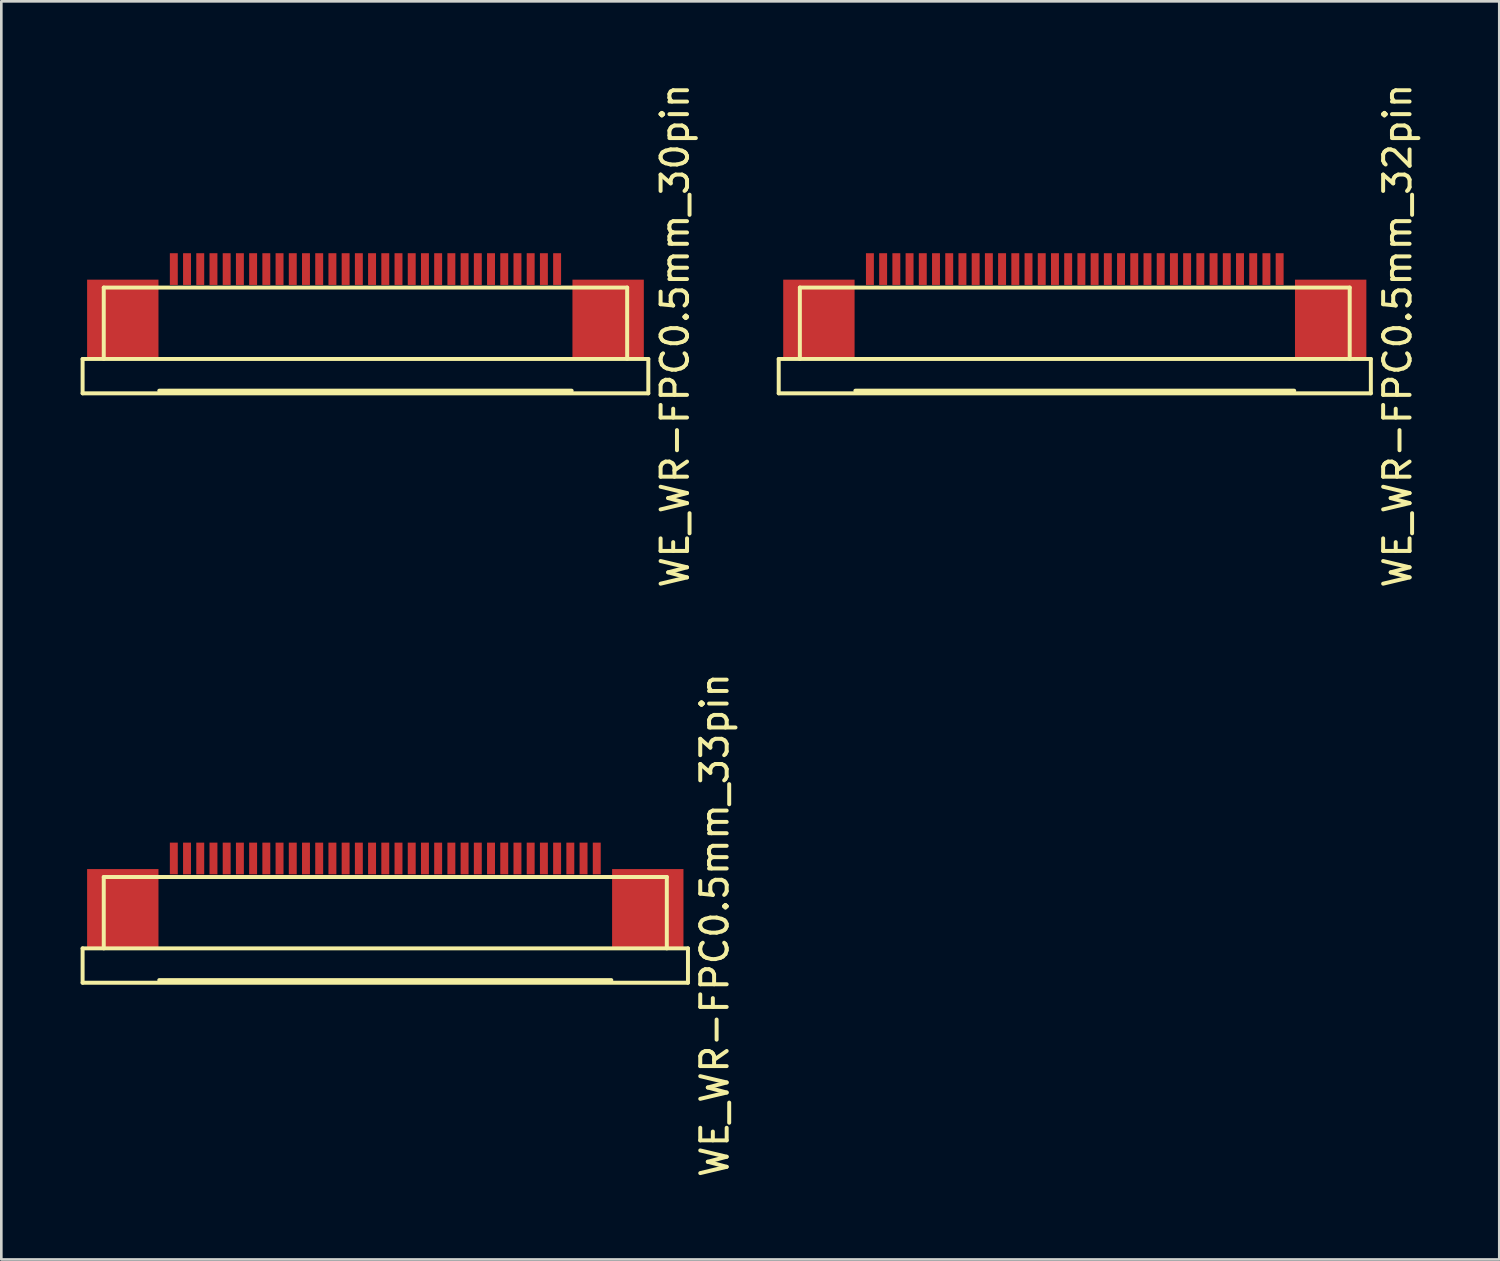
<source format=kicad_pcb>
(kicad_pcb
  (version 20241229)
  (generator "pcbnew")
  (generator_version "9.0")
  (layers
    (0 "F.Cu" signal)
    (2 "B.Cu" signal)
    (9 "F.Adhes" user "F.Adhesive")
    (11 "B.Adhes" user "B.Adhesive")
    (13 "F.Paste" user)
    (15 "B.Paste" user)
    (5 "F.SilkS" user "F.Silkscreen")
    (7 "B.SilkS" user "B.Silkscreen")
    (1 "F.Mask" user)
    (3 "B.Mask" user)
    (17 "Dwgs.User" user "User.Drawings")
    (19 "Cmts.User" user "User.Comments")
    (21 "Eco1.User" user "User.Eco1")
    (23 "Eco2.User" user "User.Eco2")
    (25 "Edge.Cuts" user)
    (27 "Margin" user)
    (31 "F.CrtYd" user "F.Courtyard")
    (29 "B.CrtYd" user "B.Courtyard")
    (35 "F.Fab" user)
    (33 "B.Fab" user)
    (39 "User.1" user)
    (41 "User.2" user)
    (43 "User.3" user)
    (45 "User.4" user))
  (footprint "WE_WR-FPC0.5mm_33pin"
    (layer "F.Cu")
    (at 11.525 29.426)
    (property "Reference" "WE_WR-FPC0.5mm_33pin" (at 12.46 2.52 90) (layer "F.SilkS") (effects (font (size 1 1) (thickness 0.15))))
    (attr through_hole)
    (fp_line (start -11.45 3.4) (end -11.45 4.7) (stroke (width 0.15) (type solid)) (layer "F.SilkS"))
    (fp_line (start -11.45 3.4) (end 11.45 3.4) (stroke (width 0.15) (type solid)) (layer "F.SilkS"))
    (fp_line (start -11.45 4.7) (end 11.45 4.7) (stroke (width 0.15) (type solid)) (layer "F.SilkS"))
    (fp_line (start -10.65 0.7) (end 10.65 0.7) (stroke (width 0.15) (type solid)) (layer "F.SilkS"))
    (fp_line (start -10.65 3.4) (end -10.65 0.7) (stroke (width 0.15) (type solid)) (layer "F.SilkS"))
    (fp_line (start -8.55 4.6) (end 8.55 4.6) (stroke (width 0.15) (type solid)) (layer "F.SilkS"))
    (fp_line (start 10.65 0.7) (end 10.65 3.4) (stroke (width 0.15) (type solid)) (layer "F.SilkS"))
    (fp_line (start 11.45 3.4) (end 11.45 4.7) (stroke (width 0.15) (type solid)) (layer "F.SilkS"))
    (pad "" smd rect (at -9.93 1.9) (size 2.7 3) (layers "F.Cu" "F.Mask" "F.Paste"))
    (pad "" smd rect (at 9.93 1.9) (size 2.7 3) (layers "F.Cu" "F.Mask" "F.Paste"))
    (pad "1" smd rect (at -8 0) (size 0.3 1.2) (layers "F.Cu" "F.Mask" "F.Paste"))
    (pad "2" smd rect (at -7.5 0) (size 0.3 1.2) (layers "F.Cu" "F.Mask" "F.Paste"))
    (pad "3" smd rect (at -7 0) (size 0.3 1.2) (layers "F.Cu" "F.Mask" "F.Paste"))
    (pad "4" smd rect (at -6.5 0) (size 0.3 1.2) (layers "F.Cu" "F.Mask" "F.Paste"))
    (pad "5" smd rect (at -6 0) (size 0.3 1.2) (layers "F.Cu" "F.Mask" "F.Paste"))
    (pad "6" smd rect (at -5.5 0) (size 0.3 1.2) (layers "F.Cu" "F.Mask" "F.Paste"))
    (pad "7" smd rect (at -5 0) (size 0.3 1.2) (layers "F.Cu" "F.Mask" "F.Paste"))
    (pad "8" smd rect (at -4.5 0) (size 0.3 1.2) (layers "F.Cu" "F.Mask" "F.Paste"))
    (pad "9" smd rect (at -4 0) (size 0.3 1.2) (layers "F.Cu" "F.Mask" "F.Paste"))
    (pad "10" smd rect (at -3.5 0) (size 0.3 1.2) (layers "F.Cu" "F.Mask" "F.Paste"))
    (pad "11" smd rect (at -3 0) (size 0.3 1.2) (layers "F.Cu" "F.Mask" "F.Paste"))
    (pad "12" smd rect (at -2.5 0) (size 0.3 1.2) (layers "F.Cu" "F.Mask" "F.Paste"))
    (pad "13" smd rect (at -2 0) (size 0.3 1.2) (layers "F.Cu" "F.Mask" "F.Paste"))
    (pad "14" smd rect (at -1.5 0) (size 0.3 1.2) (layers "F.Cu" "F.Mask" "F.Paste"))
    (pad "15" smd rect (at -1 0) (size 0.3 1.2) (layers "F.Cu" "F.Mask" "F.Paste"))
    (pad "16" smd rect (at -0.5 0) (size 0.3 1.2) (layers "F.Cu" "F.Mask" "F.Paste"))
    (pad "17" smd rect (at 0 0) (size 0.3 1.2) (layers "F.Cu" "F.Mask" "F.Paste"))
    (pad "18" smd rect (at 0.5 0) (size 0.3 1.2) (layers "F.Cu" "F.Mask" "F.Paste"))
    (pad "19" smd rect (at 1 0) (size 0.3 1.2) (layers "F.Cu" "F.Mask" "F.Paste"))
    (pad "20" smd rect (at 1.5 0) (size 0.3 1.2) (layers "F.Cu" "F.Mask" "F.Paste"))
    (pad "21" smd rect (at 2 0) (size 0.3 1.2) (layers "F.Cu" "F.Mask" "F.Paste"))
    (pad "22" smd rect (at 2.5 0) (size 0.3 1.2) (layers "F.Cu" "F.Mask" "F.Paste"))
    (pad "23" smd rect (at 3 0) (size 0.3 1.2) (layers "F.Cu" "F.Mask" "F.Paste"))
    (pad "24" smd rect (at 3.5 0) (size 0.3 1.2) (layers "F.Cu" "F.Mask" "F.Paste"))
    (pad "25" smd rect (at 4 0) (size 0.3 1.2) (layers "F.Cu" "F.Mask" "F.Paste"))
    (pad "26" smd rect (at 4.5 0) (size 0.3 1.2) (layers "F.Cu" "F.Mask" "F.Paste"))
    (pad "27" smd rect (at 5 0) (size 0.3 1.2) (layers "F.Cu" "F.Mask" "F.Paste"))
    (pad "28" smd rect (at 5.5 0) (size 0.3 1.2) (layers "F.Cu" "F.Mask" "F.Paste"))
    (pad "29" smd rect (at 6 0) (size 0.3 1.2) (layers "F.Cu" "F.Mask" "F.Paste"))
    (pad "30" smd rect (at 6.5 0) (size 0.3 1.2) (layers "F.Cu" "F.Mask" "F.Paste"))
    (pad "31" smd rect (at 7 0) (size 0.3 1.2) (layers "F.Cu" "F.Mask" "F.Paste"))
    (pad "32" smd rect (at 7.5 0) (size 0.3 1.2) (layers "F.Cu" "F.Mask" "F.Paste"))
    (pad "33" smd rect (at 8 0) (size 0.3 1.2) (layers "F.Cu" "F.Mask" "F.Paste")))
  (footprint "WE_WR-FPC0.5mm_30pin"
    (layer "F.Cu")
    (at 10.775 7.129)
    (property "Reference" "WE_WR-FPC0.5mm_30pin" (at 11.71 2.52 90) (layer "F.SilkS") (effects (font (size 1 1) (thickness 0.15))))
    (attr through_hole)
    (fp_line (start -10.7 3.4) (end -10.7 4.7) (stroke (width 0.15) (type solid)) (layer "F.SilkS"))
    (fp_line (start -10.7 3.4) (end 10.7 3.4) (stroke (width 0.15) (type solid)) (layer "F.SilkS"))
    (fp_line (start -10.7 4.7) (end 10.7 4.7) (stroke (width 0.15) (type solid)) (layer "F.SilkS"))
    (fp_line (start -9.9 0.7) (end 9.9 0.7) (stroke (width 0.15) (type solid)) (layer "F.SilkS"))
    (fp_line (start -9.9 3.4) (end -9.9 0.7) (stroke (width 0.15) (type solid)) (layer "F.SilkS"))
    (fp_line (start -7.8 4.6) (end 7.8 4.6) (stroke (width 0.15) (type solid)) (layer "F.SilkS"))
    (fp_line (start 9.9 0.7) (end 9.9 3.4) (stroke (width 0.15) (type solid)) (layer "F.SilkS"))
    (fp_line (start 10.7 3.4) (end 10.7 4.7) (stroke (width 0.15) (type solid)) (layer "F.SilkS"))
    (pad "" smd rect (at -9.18 1.9) (size 2.7 3) (layers "F.Cu" "F.Mask" "F.Paste"))
    (pad "" smd rect (at 9.18 1.9) (size 2.7 3) (layers "F.Cu" "F.Mask" "F.Paste"))
    (pad "1" smd rect (at -7.25 0) (size 0.3 1.2) (layers "F.Cu" "F.Mask" "F.Paste"))
    (pad "2" smd rect (at -6.75 0) (size 0.3 1.2) (layers "F.Cu" "F.Mask" "F.Paste"))
    (pad "3" smd rect (at -6.25 0) (size 0.3 1.2) (layers "F.Cu" "F.Mask" "F.Paste"))
    (pad "4" smd rect (at -5.75 0) (size 0.3 1.2) (layers "F.Cu" "F.Mask" "F.Paste"))
    (pad "5" smd rect (at -5.25 0) (size 0.3 1.2) (layers "F.Cu" "F.Mask" "F.Paste"))
    (pad "6" smd rect (at -4.75 0) (size 0.3 1.2) (layers "F.Cu" "F.Mask" "F.Paste"))
    (pad "7" smd rect (at -4.25 0) (size 0.3 1.2) (layers "F.Cu" "F.Mask" "F.Paste"))
    (pad "8" smd rect (at -3.75 0) (size 0.3 1.2) (layers "F.Cu" "F.Mask" "F.Paste"))
    (pad "9" smd rect (at -3.25 0) (size 0.3 1.2) (layers "F.Cu" "F.Mask" "F.Paste"))
    (pad "10" smd rect (at -2.75 0) (size 0.3 1.2) (layers "F.Cu" "F.Mask" "F.Paste"))
    (pad "11" smd rect (at -2.25 0) (size 0.3 1.2) (layers "F.Cu" "F.Mask" "F.Paste"))
    (pad "12" smd rect (at -1.75 0) (size 0.3 1.2) (layers "F.Cu" "F.Mask" "F.Paste"))
    (pad "13" smd rect (at -1.25 0) (size 0.3 1.2) (layers "F.Cu" "F.Mask" "F.Paste"))
    (pad "14" smd rect (at -0.75 0) (size 0.3 1.2) (layers "F.Cu" "F.Mask" "F.Paste"))
    (pad "15" smd rect (at -0.25 0) (size 0.3 1.2) (layers "F.Cu" "F.Mask" "F.Paste"))
    (pad "16" smd rect (at 0.25 0) (size 0.3 1.2) (layers "F.Cu" "F.Mask" "F.Paste"))
    (pad "17" smd rect (at 0.75 0) (size 0.3 1.2) (layers "F.Cu" "F.Mask" "F.Paste"))
    (pad "18" smd rect (at 1.25 0) (size 0.3 1.2) (layers "F.Cu" "F.Mask" "F.Paste"))
    (pad "19" smd rect (at 1.75 0) (size 0.3 1.2) (layers "F.Cu" "F.Mask" "F.Paste"))
    (pad "20" smd rect (at 2.25 0) (size 0.3 1.2) (layers "F.Cu" "F.Mask" "F.Paste"))
    (pad "21" smd rect (at 2.75 0) (size 0.3 1.2) (layers "F.Cu" "F.Mask" "F.Paste"))
    (pad "22" smd rect (at 3.25 0) (size 0.3 1.2) (layers "F.Cu" "F.Mask" "F.Paste"))
    (pad "23" smd rect (at 3.75 0) (size 0.3 1.2) (layers "F.Cu" "F.Mask" "F.Paste"))
    (pad "24" smd rect (at 4.25 0) (size 0.3 1.2) (layers "F.Cu" "F.Mask" "F.Paste"))
    (pad "25" smd rect (at 4.75 0) (size 0.3 1.2) (layers "F.Cu" "F.Mask" "F.Paste"))
    (pad "26" smd rect (at 5.25 0) (size 0.3 1.2) (layers "F.Cu" "F.Mask" "F.Paste"))
    (pad "27" smd rect (at 5.75 0) (size 0.3 1.2) (layers "F.Cu" "F.Mask" "F.Paste"))
    (pad "28" smd rect (at 6.25 0) (size 0.3 1.2) (layers "F.Cu" "F.Mask" "F.Paste"))
    (pad "29" smd rect (at 6.75 0) (size 0.3 1.2) (layers "F.Cu" "F.Mask" "F.Paste"))
    (pad "30" smd rect (at 7.25 0) (size 0.3 1.2) (layers "F.Cu" "F.Mask" "F.Paste")))
  (footprint "WE_WR-FPC0.5mm_32pin"
    (layer "F.Cu")
    (at 37.608 7.129)
    (property "Reference" "WE_WR-FPC0.5mm_32pin" (at 12.21 2.52 90) (layer "F.SilkS") (effects (font (size 1 1) (thickness 0.15))))
    (attr through_hole)
    (fp_line (start -11.2 3.4) (end -11.2 4.7) (stroke (width 0.15) (type solid)) (layer "F.SilkS"))
    (fp_line (start -11.2 3.4) (end 11.2 3.4) (stroke (width 0.15) (type solid)) (layer "F.SilkS"))
    (fp_line (start -11.2 4.7) (end 11.2 4.7) (stroke (width 0.15) (type solid)) (layer "F.SilkS"))
    (fp_line (start -10.4 0.7) (end 10.4 0.7) (stroke (width 0.15) (type solid)) (layer "F.SilkS"))
    (fp_line (start -10.4 3.4) (end -10.4 0.7) (stroke (width 0.15) (type solid)) (layer "F.SilkS"))
    (fp_line (start -8.3 4.6) (end 8.3 4.6) (stroke (width 0.15) (type solid)) (layer "F.SilkS"))
    (fp_line (start 10.4 0.7) (end 10.4 3.4) (stroke (width 0.15) (type solid)) (layer "F.SilkS"))
    (fp_line (start 11.2 3.4) (end 11.2 4.7) (stroke (width 0.15) (type solid)) (layer "F.SilkS"))
    (pad "" smd rect (at -9.68 1.9) (size 2.7 3) (layers "F.Cu" "F.Mask" "F.Paste"))
    (pad "" smd rect (at 9.68 1.9) (size 2.7 3) (layers "F.Cu" "F.Mask" "F.Paste"))
    (pad "1" smd rect (at -7.75 0) (size 0.3 1.2) (layers "F.Cu" "F.Mask" "F.Paste"))
    (pad "2" smd rect (at -7.25 0) (size 0.3 1.2) (layers "F.Cu" "F.Mask" "F.Paste"))
    (pad "3" smd rect (at -6.75 0) (size 0.3 1.2) (layers "F.Cu" "F.Mask" "F.Paste"))
    (pad "4" smd rect (at -6.25 0) (size 0.3 1.2) (layers "F.Cu" "F.Mask" "F.Paste"))
    (pad "5" smd rect (at -5.75 0) (size 0.3 1.2) (layers "F.Cu" "F.Mask" "F.Paste"))
    (pad "6" smd rect (at -5.25 0) (size 0.3 1.2) (layers "F.Cu" "F.Mask" "F.Paste"))
    (pad "7" smd rect (at -4.75 0) (size 0.3 1.2) (layers "F.Cu" "F.Mask" "F.Paste"))
    (pad "8" smd rect (at -4.25 0) (size 0.3 1.2) (layers "F.Cu" "F.Mask" "F.Paste"))
    (pad "9" smd rect (at -3.75 0) (size 0.3 1.2) (layers "F.Cu" "F.Mask" "F.Paste"))
    (pad "10" smd rect (at -3.25 0) (size 0.3 1.2) (layers "F.Cu" "F.Mask" "F.Paste"))
    (pad "11" smd rect (at -2.75 0) (size 0.3 1.2) (layers "F.Cu" "F.Mask" "F.Paste"))
    (pad "12" smd rect (at -2.25 0) (size 0.3 1.2) (layers "F.Cu" "F.Mask" "F.Paste"))
    (pad "13" smd rect (at -1.75 0) (size 0.3 1.2) (layers "F.Cu" "F.Mask" "F.Paste"))
    (pad "14" smd rect (at -1.25 0) (size 0.3 1.2) (layers "F.Cu" "F.Mask" "F.Paste"))
    (pad "15" smd rect (at -0.75 0) (size 0.3 1.2) (layers "F.Cu" "F.Mask" "F.Paste"))
    (pad "16" smd rect (at -0.25 0) (size 0.3 1.2) (layers "F.Cu" "F.Mask" "F.Paste"))
    (pad "17" smd rect (at 0.25 0) (size 0.3 1.2) (layers "F.Cu" "F.Mask" "F.Paste"))
    (pad "18" smd rect (at 0.75 0) (size 0.3 1.2) (layers "F.Cu" "F.Mask" "F.Paste"))
    (pad "19" smd rect (at 1.25 0) (size 0.3 1.2) (layers "F.Cu" "F.Mask" "F.Paste"))
    (pad "20" smd rect (at 1.75 0) (size 0.3 1.2) (layers "F.Cu" "F.Mask" "F.Paste"))
    (pad "21" smd rect (at 2.25 0) (size 0.3 1.2) (layers "F.Cu" "F.Mask" "F.Paste"))
    (pad "22" smd rect (at 2.75 0) (size 0.3 1.2) (layers "F.Cu" "F.Mask" "F.Paste"))
    (pad "23" smd rect (at 3.25 0) (size 0.3 1.2) (layers "F.Cu" "F.Mask" "F.Paste"))
    (pad "24" smd rect (at 3.75 0) (size 0.3 1.2) (layers "F.Cu" "F.Mask" "F.Paste"))
    (pad "25" smd rect (at 4.25 0) (size 0.3 1.2) (layers "F.Cu" "F.Mask" "F.Paste"))
    (pad "26" smd rect (at 4.75 0) (size 0.3 1.2) (layers "F.Cu" "F.Mask" "F.Paste"))
    (pad "27" smd rect (at 5.25 0) (size 0.3 1.2) (layers "F.Cu" "F.Mask" "F.Paste"))
    (pad "28" smd rect (at 5.75 0) (size 0.3 1.2) (layers "F.Cu" "F.Mask" "F.Paste"))
    (pad "29" smd rect (at 6.25 0) (size 0.3 1.2) (layers "F.Cu" "F.Mask" "F.Paste"))
    (pad "30" smd rect (at 6.75 0) (size 0.3 1.2) (layers "F.Cu" "F.Mask" "F.Paste"))
    (pad "31" smd rect (at 7.25 0) (size 0.3 1.2) (layers "F.Cu" "F.Mask" "F.Paste"))
    (pad "32" smd rect (at 7.75 0) (size 0.3 1.2) (layers "F.Cu" "F.Mask" "F.Paste")))
  (gr_rect
    (start -3 -3)
    (end 53.666 44.595)
    (stroke (width 0.1) (type default))
    (fill no)
    (layer "Edge.Cuts")))
</source>
